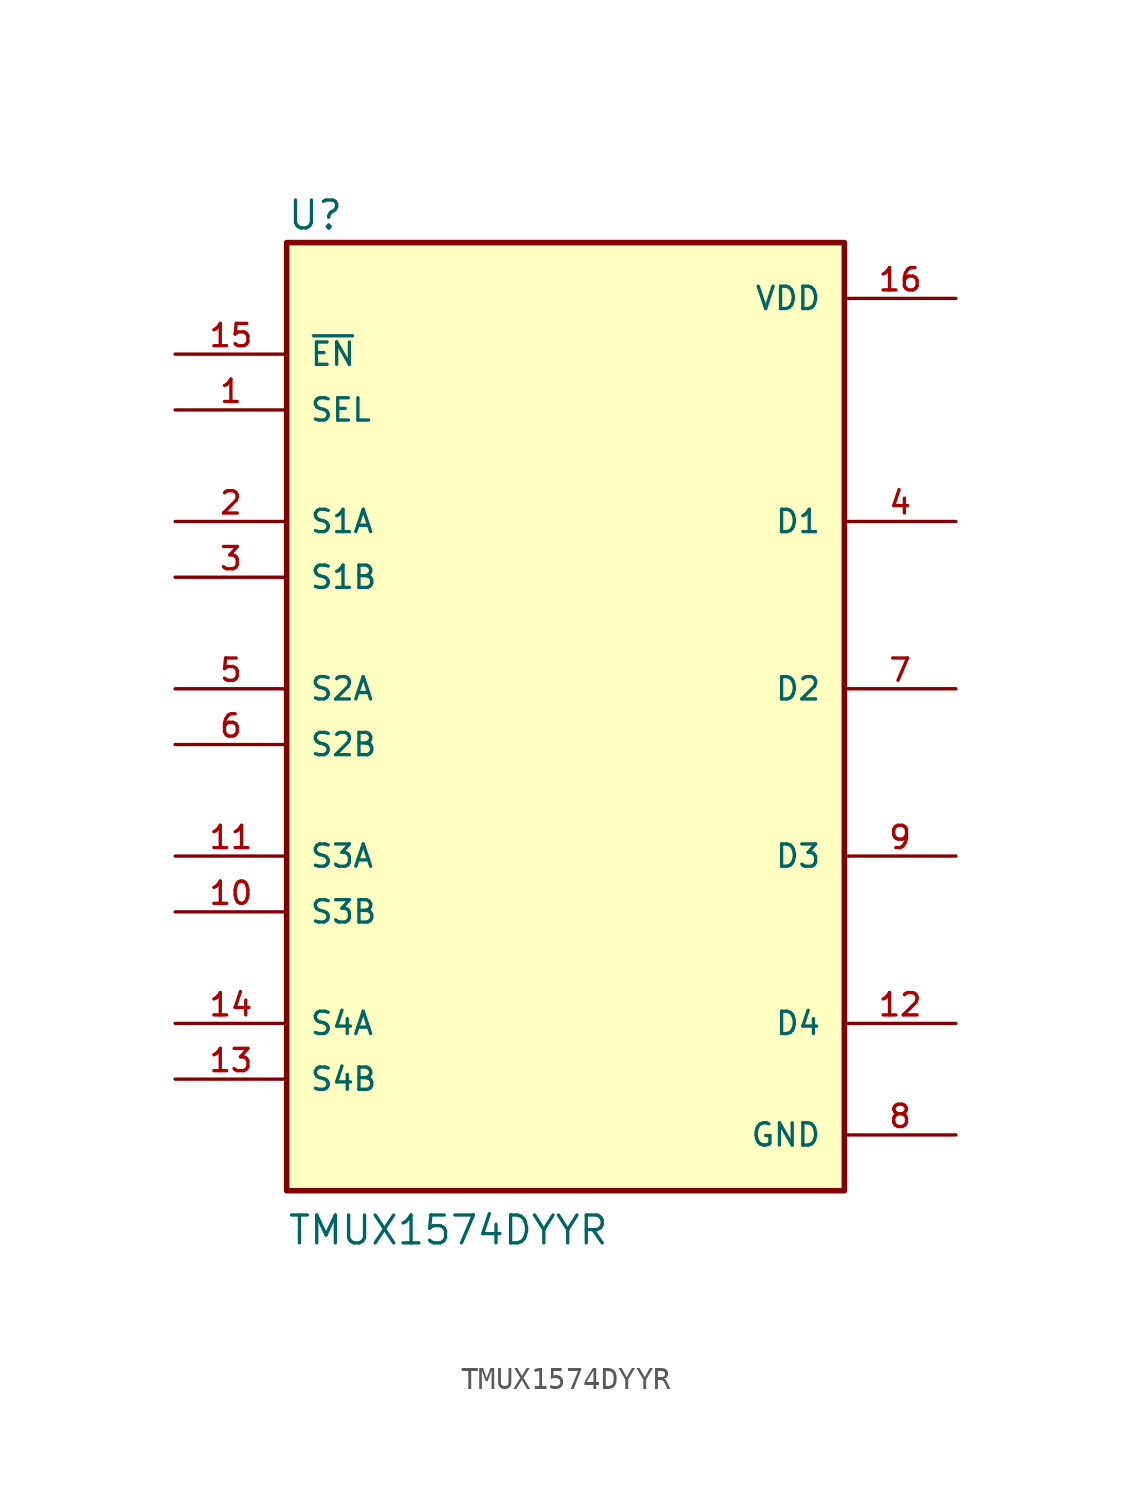
<source format=kicad_sym>
(kicad_symbol_lib
  (version 20211014)
  (generator kicad_symbol_editor)
  (symbol "TMUX1574DYYR"
    (pin_names
      (offset 1.016))
    (property "Reference" "U"
      (at -12.7 20.828 0)
      (effects (font (size 1.27 1.27)) (justify bottom left)))
    (property "Value" "TMUX1574DYYR"
      (at -12.7 -25.4 0)
      (effects (font (size 1.27 1.27)) (justify bottom left)))
    (symbol "TMUX1574DYYR_0_0"
      (rectangle (start -12.7 -22.86) (end 12.7 20.32) (stroke (width 0.254)) (fill (type background)))
      (pin bidirectional line (at -17.78 7.62 0) (length 5.08) (name "S1A" (effects (font (size 1.016 1.016)))) (number "2" (effects (font (size 1.016 1.016)))))
      (pin bidirectional line (at -17.78 5.08 0) (length 5.08) (name "S1B" (effects (font (size 1.016 1.016)))) (number "3" (effects (font (size 1.016 1.016)))))
      (pin bidirectional line (at -17.78 0.0 0) (length 5.08) (name "S2A" (effects (font (size 1.016 1.016)))) (number "5" (effects (font (size 1.016 1.016)))))
      (pin bidirectional line (at -17.78 -2.54 0) (length 5.08) (name "S2B" (effects (font (size 1.016 1.016)))) (number "6" (effects (font (size 1.016 1.016)))))
      (pin bidirectional line (at -17.78 -7.62 0) (length 5.08) (name "S3A" (effects (font (size 1.016 1.016)))) (number "11" (effects (font (size 1.016 1.016)))))
      (pin bidirectional line (at -17.78 -10.16 0) (length 5.08) (name "S3B" (effects (font (size 1.016 1.016)))) (number "10" (effects (font (size 1.016 1.016)))))
      (pin bidirectional line (at -17.78 -15.24 0) (length 5.08) (name "S4A" (effects (font (size 1.016 1.016)))) (number "14" (effects (font (size 1.016 1.016)))))
      (pin bidirectional line (at -17.78 -17.78 0) (length 5.08) (name "S4B" (effects (font (size 1.016 1.016)))) (number "13" (effects (font (size 1.016 1.016)))))
      (pin bidirectional line (at 17.78 7.62 180.0) (length 5.08) (name "D1" (effects (font (size 1.016 1.016)))) (number "4" (effects (font (size 1.016 1.016)))))
      (pin bidirectional line (at 17.78 0.0 180.0) (length 5.08) (name "D2" (effects (font (size 1.016 1.016)))) (number "7" (effects (font (size 1.016 1.016)))))
      (pin bidirectional line (at 17.78 -7.62 180.0) (length 5.08) (name "D3" (effects (font (size 1.016 1.016)))) (number "9" (effects (font (size 1.016 1.016)))))
      (pin bidirectional line (at 17.78 -15.24 180.0) (length 5.08) (name "D4" (effects (font (size 1.016 1.016)))) (number "12" (effects (font (size 1.016 1.016)))))
      (pin input line (at -17.78 12.7 0) (length 5.08) (name "SEL" (effects (font (size 1.016 1.016)))) (number "1" (effects (font (size 1.016 1.016)))))
      (pin input line (at -17.78 15.24 0) (length 5.08) (name "~{EN}" (effects (font (size 1.016 1.016)))) (number "15" (effects (font (size 1.016 1.016)))))
      (pin power_in line (at 17.78 17.78 180.0) (length 5.08) (name "VDD" (effects (font (size 1.016 1.016)))) (number "16" (effects (font (size 1.016 1.016)))))
      (pin power_in line (at 17.78 -20.32 180.0) (length 5.08) (name "GND" (effects (font (size 1.016 1.016)))) (number "8" (effects (font (size 1.016 1.016))))))))
</source>
